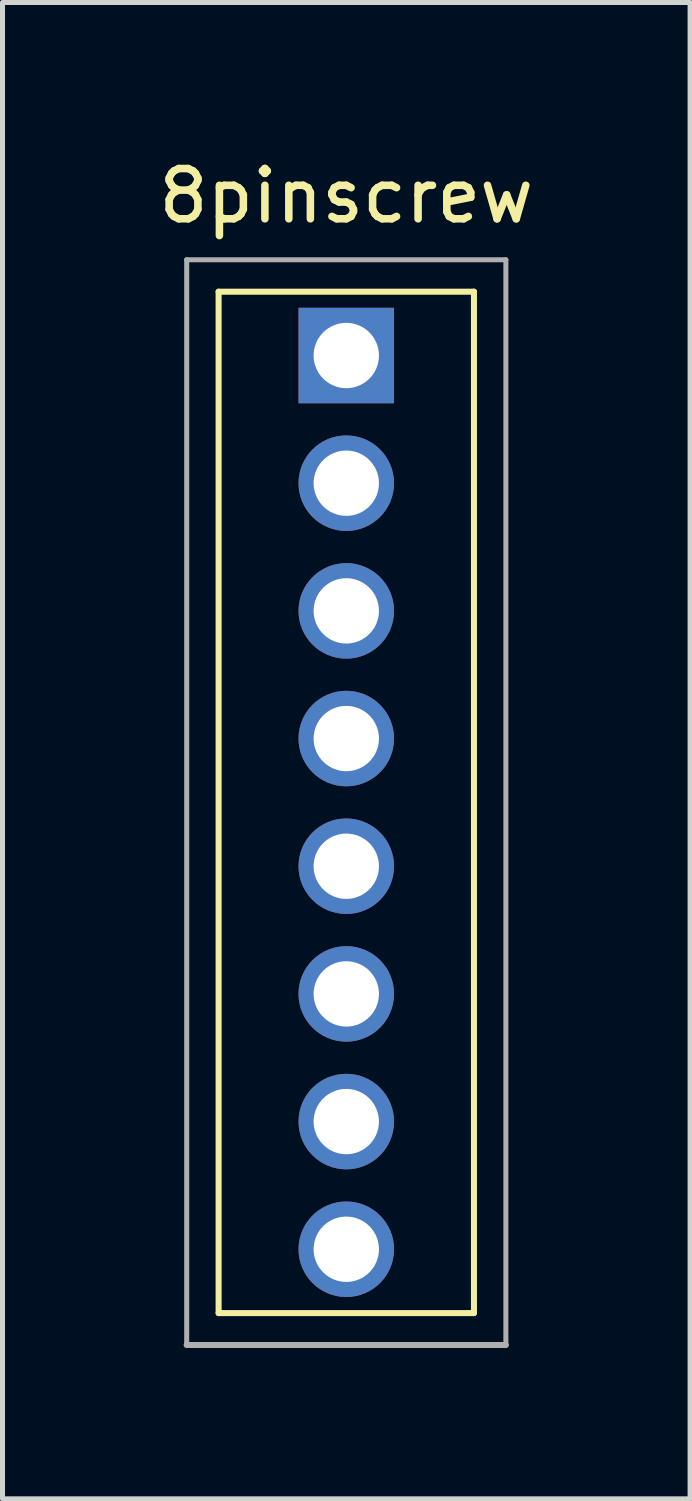
<source format=kicad_pcb>
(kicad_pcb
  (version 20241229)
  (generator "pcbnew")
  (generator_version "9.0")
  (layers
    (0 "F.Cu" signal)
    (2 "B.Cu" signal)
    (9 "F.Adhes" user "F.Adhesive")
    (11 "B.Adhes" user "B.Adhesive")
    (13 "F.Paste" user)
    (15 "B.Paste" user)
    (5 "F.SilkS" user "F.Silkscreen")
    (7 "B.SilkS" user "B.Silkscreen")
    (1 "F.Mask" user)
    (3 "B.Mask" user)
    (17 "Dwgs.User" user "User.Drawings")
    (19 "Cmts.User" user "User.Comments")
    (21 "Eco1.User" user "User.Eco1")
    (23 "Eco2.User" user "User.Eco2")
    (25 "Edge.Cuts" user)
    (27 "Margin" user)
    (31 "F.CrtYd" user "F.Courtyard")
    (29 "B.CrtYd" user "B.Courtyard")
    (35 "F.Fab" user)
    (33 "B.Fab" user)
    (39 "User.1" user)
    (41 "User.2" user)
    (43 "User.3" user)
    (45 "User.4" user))
  (footprint "8pinscrew"
    (layer "F.Cu")
    (at 3.839 4.023)
    (property "Reference" "8pinscrew" (at 0 -3.175 0) (layer "F.SilkS") (effects (font (size 1 1) (thickness 0.15))))
    (attr through_hole)
    (fp_line (start -2.54 -1.27) (end -2.54 19.05) (stroke (width 0.12) (type solid)) (layer "F.SilkS"))
    (fp_line (start -2.54 -1.27) (end 2.54 -1.27) (stroke (width 0.12) (type solid)) (layer "F.SilkS"))
    (fp_line (start -2.54 19.05) (end 2.54 19.05) (stroke (width 0.12) (type solid)) (layer "F.SilkS"))
    (fp_line (start 2.54 -1.27) (end 2.54 19.05) (stroke (width 0.12) (type solid)) (layer "F.SilkS"))
    (fp_line (start -3.175 -1.905) (end 3.175 -1.905) (stroke (width 0.1) (type solid)) (layer "F.Fab"))
    (fp_line (start -3.175 19.685) (end -3.175 -1.905) (stroke (width 0.1) (type solid)) (layer "F.Fab"))
    (fp_line (start -3.175 19.685) (end 3.175 19.685) (stroke (width 0.12) (type solid)) (layer "F.Fab"))
    (fp_line (start 3.175 -1.905) (end 3.175 19.685) (stroke (width 0.1) (type solid)) (layer "F.Fab"))
    (pad "1" thru_hole rect (at 0 0) (size 1.9 1.9) (drill 1.3) (layers "*.Cu" "*.Mask"))
    (pad "2" thru_hole circle (at 0 2.54) (size 1.9 1.9) (drill 1.3) (layers "*.Cu" "*.Mask"))
    (pad "3" thru_hole circle (at 0 5.08) (size 1.9 1.9) (drill 1.3) (layers "*.Cu" "*.Mask"))
    (pad "4" thru_hole circle (at 0 7.62) (size 1.9 1.9) (drill 1.3) (layers "*.Cu" "*.Mask"))
    (pad "5" thru_hole circle (at 0 10.16) (size 1.9 1.9) (drill 1.3) (layers "*.Cu" "*.Mask"))
    (pad "6" thru_hole circle (at 0 12.7) (size 1.9 1.9) (drill 1.3) (layers "*.Cu" "*.Mask"))
    (pad "7" thru_hole circle (at 0 15.24) (size 1.9 1.9) (drill 1.3) (layers "*.Cu" "*.Mask"))
    (pad "8" thru_hole circle (at 0 17.78) (size 1.9 1.9) (drill 1.3) (layers "*.Cu" "*.Mask")))
  (gr_rect
    (start -3 -3)
    (end 10.679 26.768)
    (stroke (width 0.1) (type default))
    (fill no)
    (layer "Edge.Cuts")))
</source>
